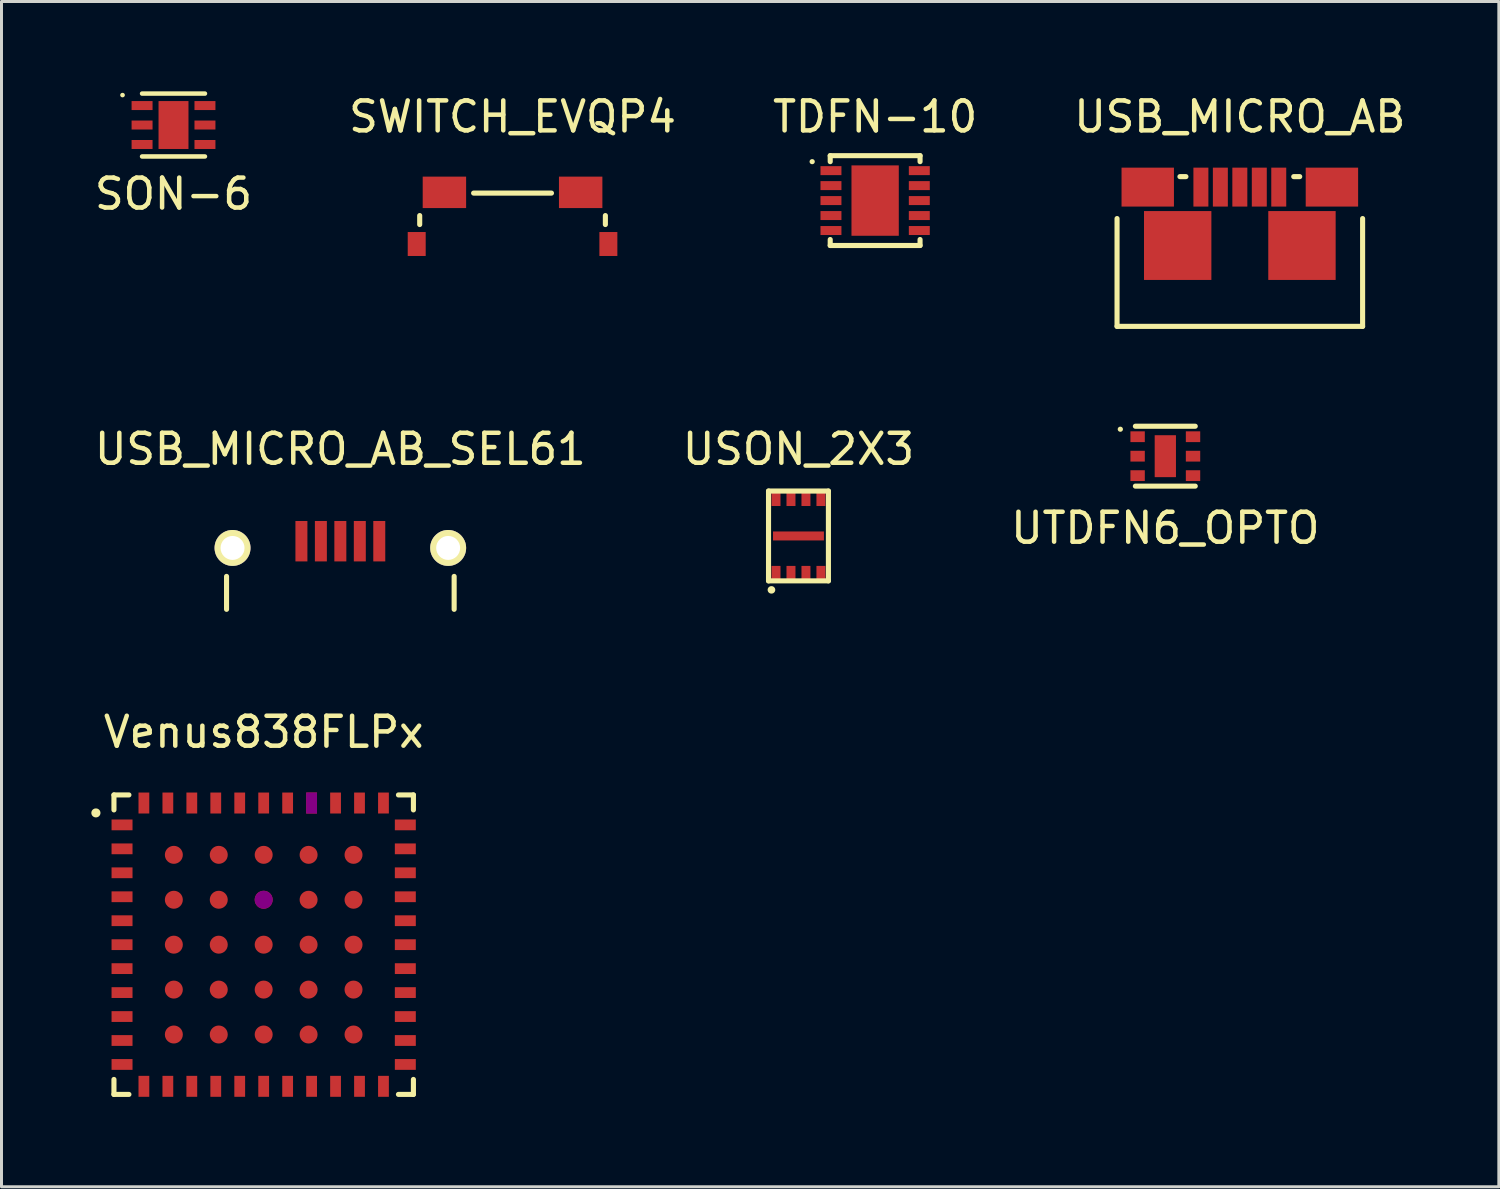
<source format=kicad_pcb>
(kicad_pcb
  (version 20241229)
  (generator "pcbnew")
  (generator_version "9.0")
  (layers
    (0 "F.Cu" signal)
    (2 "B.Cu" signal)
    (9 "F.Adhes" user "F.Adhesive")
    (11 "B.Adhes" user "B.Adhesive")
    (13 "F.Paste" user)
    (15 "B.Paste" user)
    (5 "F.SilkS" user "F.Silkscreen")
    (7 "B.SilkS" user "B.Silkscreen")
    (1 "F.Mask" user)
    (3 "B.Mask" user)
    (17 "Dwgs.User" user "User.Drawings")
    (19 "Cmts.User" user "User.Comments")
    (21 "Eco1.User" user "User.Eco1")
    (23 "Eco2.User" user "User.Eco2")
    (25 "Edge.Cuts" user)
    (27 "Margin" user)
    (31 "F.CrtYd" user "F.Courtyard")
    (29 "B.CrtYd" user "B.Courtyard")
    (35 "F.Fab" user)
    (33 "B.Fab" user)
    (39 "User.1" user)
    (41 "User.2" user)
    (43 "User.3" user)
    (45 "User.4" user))
  (footprint "USB_MICRO_AB_SEL61"
    (layer "F.Cu")
    (at 8.315 17.297)
    (property "Reference" "USB_MICRO_AB_SEL61" (at 0 -5.35 0) (layer "F.SilkS") (effects (font (size 1 1) (thickness 0.15))))
    (attr through_hole)
    (fp_line (start -3.8 -1.1) (end -3.8 0) (stroke (width 0.17) (type solid)) (layer "F.SilkS"))
    (fp_line (start 3.8 -1.1) (end 3.8 0) (stroke (width 0.17) (type solid)) (layer "F.SilkS"))
    (fp_line (start -5 0) (end 5 0) (stroke (width 0.17) (type solid)) (layer "Eco1.User"))
    (pad "1" smd rect (at -1.3 -2.275) (size 0.4 1.35) (layers "F.Cu" "F.Mask" "F.Paste"))
    (pad "2" smd rect (at -0.65 -2.275) (size 0.4 1.35) (layers "F.Cu" "F.Mask" "F.Paste"))
    (pad "3" smd rect (at 0 -2.275) (size 0.4 1.35) (layers "F.Cu" "F.Mask" "F.Paste"))
    (pad "4" smd rect (at 0.65 -2.275) (size 0.4 1.35) (layers "F.Cu" "F.Mask" "F.Paste"))
    (pad "5" smd rect (at 1.3 -2.275) (size 0.4 1.35) (layers "F.Cu" "F.Mask" "F.Paste"))
    (pad "6" thru_hole circle (at -3.6 -2.05) (size 1.2 1.2) (drill 0.8) (layers "*.Cu" "*.Mask" "F.SilkS"))
    (pad "7" thru_hole circle (at 3.6 -2.05) (size 1.2 1.2) (drill 0.8) (layers "*.Cu" "*.Mask" "F.SilkS")))
  (footprint "USON_2X3"
    (layer "F.Cu")
    (at 23.613 14.847)
    (property "Reference" "USON_2X3" (at 0 -2.9 0) (layer "F.SilkS") (effects (font (size 1 1) (thickness 0.15))))
    (attr through_hole)
    (fp_line (start -1 -1.5) (end -1 1.5) (stroke (width 0.17) (type solid)) (layer "F.SilkS"))
    (fp_line (start -1 1.5) (end 1 1.5) (stroke (width 0.17) (type solid)) (layer "F.SilkS"))
    (fp_line (start -0.905 1.8) (end -0.9 1.8) (stroke (width 0.25) (type solid)) (layer "F.SilkS"))
    (fp_line (start 1 -1.5) (end -1 -1.5) (stroke (width 0.17) (type solid)) (layer "F.SilkS"))
    (fp_line (start 1 1.5) (end 1 -1.5) (stroke (width 0.17) (type solid)) (layer "F.SilkS"))
    (pad "" smd rect (at 0 0) (size 1.7 0.3) (layers "F.Cu" "F.Mask" "F.Paste"))
    (pad "1" smd rect (at -0.75 1.225) (size 0.3 0.45) (layers "F.Cu" "F.Mask" "F.Paste"))
    (pad "2" smd rect (at -0.25 1.225) (size 0.3 0.45) (layers "F.Cu" "F.Mask" "F.Paste"))
    (pad "3" smd rect (at 0.25 1.225) (size 0.3 0.45) (layers "F.Cu" "F.Mask" "F.Paste"))
    (pad "4" smd rect (at 0.75 1.225) (size 0.3 0.45) (layers "F.Cu" "F.Mask" "F.Paste"))
    (pad "5" smd rect (at 0.75 -1.225) (size 0.3 0.45) (layers "F.Cu" "F.Mask" "F.Paste"))
    (pad "6" smd rect (at 0.25 -1.225) (size 0.3 0.45) (layers "F.Cu" "F.Mask" "F.Paste"))
    (pad "7" smd rect (at -0.25 -1.225) (size 0.3 0.45) (layers "F.Cu" "F.Mask" "F.Paste"))
    (pad "8" smd rect (at -0.75 -1.225) (size 0.3 0.45) (layers "F.Cu" "F.Mask" "F.Paste")))
  (footprint "SWITCH_EVQP4"
    (layer "F.Cu")
    (at 14.065 5.948)
    (property "Reference" "SWITCH_EVQP4" (at 0 -5.1 0) (layer "F.SilkS") (effects (font (size 1 1) (thickness 0.15))))
    (attr through_hole)
    (fp_line (start -3.1 -1.5) (end -3.1 -1.8) (stroke (width 0.17) (type solid)) (layer "F.SilkS"))
    (fp_line (start -1.3 -2.55) (end 1.3 -2.55) (stroke (width 0.17) (type solid)) (layer "F.SilkS"))
    (fp_line (start 3.1 -1.8) (end 3.1 -1.5) (stroke (width 0.17) (type solid)) (layer "F.SilkS"))
    (fp_line (start -5 0) (end -2.55 0) (stroke (width 0.15) (type solid)) (layer "Eco1.User"))
    (fp_line (start -2.55 -1.15) (end -2.55 0) (stroke (width 0.15) (type solid)) (layer "Eco1.User"))
    (fp_line (start -2.05 -1.65) (end 2.05 -1.65) (stroke (width 0.15) (type solid)) (layer "Eco1.User"))
    (fp_line (start 2.55 -1.15) (end 2.55 0) (stroke (width 0.15) (type solid)) (layer "Eco1.User"))
    (fp_line (start 2.55 0) (end 5 0) (stroke (width 0.15) (type solid)) (layer "Eco1.User"))
    (fp_arc (start -2.55 -1.15) (mid -2.403553 -1.503553) (end -2.05 -1.65) (stroke (width 0.15) (type solid)) (layer "Eco1.User"))
    (fp_arc (start 2.05 -1.65) (mid 2.403553 -1.503553) (end 2.55 -1.15) (stroke (width 0.15) (type solid)) (layer "Eco1.User"))
    (fp_line (start -2.4 0) (end 2.4 0) (stroke (width 0.15) (type solid)) (layer "Eco2.User"))
    (fp_line (start -0.9 0) (end -0.9 0.85) (stroke (width 0.15) (type solid)) (layer "Eco2.User"))
    (fp_line (start -0.9 0.85) (end 0.9 0.85) (stroke (width 0.15) (type solid)) (layer "Eco2.User"))
    (fp_line (start 0.9 0.85) (end 0.9 0) (stroke (width 0.15) (type solid)) (layer "Eco2.User"))
    (pad "" smd rect (at -3.2 -0.85) (size 0.6 0.8) (layers "F.Cu" "F.Mask" "F.Paste"))
    (pad "" smd rect (at 3.2 -0.85) (size 0.6 0.8) (layers "F.Cu" "F.Mask" "F.Paste"))
    (pad "1" smd rect (at -2.275 -2.575) (size 1.45 1.05) (layers "F.Cu" "F.Mask" "F.Paste"))
    (pad "2" smd rect (at 2.275 -2.575) (size 1.45 1.05) (layers "F.Cu" "F.Mask" "F.Paste")))
  (footprint "SON-6"
    (layer "F.Cu")
    (at 2.744 1.125)
    (property "Reference" "SON-6" (at 0 2.3 0) (layer "F.SilkS") (effects (font (size 1 1) (thickness 0.15))))
    (attr through_hole)
    (fp_line (start -1.705 -1) (end -1.7 -1) (stroke (width 0.15) (type solid)) (layer "F.SilkS"))
    (fp_line (start -1.05 -1.05) (end 1.05 -1.05) (stroke (width 0.15) (type solid)) (layer "F.SilkS"))
    (fp_line (start -1.05 1.05) (end 1.05 1.05) (stroke (width 0.15) (type solid)) (layer "F.SilkS"))
    (pad "1" smd rect (at -1.05 -0.65) (size 0.7 0.3) (layers "F.Cu" "F.Mask" "F.Paste"))
    (pad "2" smd rect (at -1.05 0) (size 0.7 0.3) (layers "F.Cu" "F.Mask" "F.Paste"))
    (pad "3" smd rect (at -1.05 0.65) (size 0.7 0.3) (layers "F.Cu" "F.Mask" "F.Paste"))
    (pad "4" smd rect (at 1.05 0.65) (size 0.7 0.3) (layers "F.Cu" "F.Mask" "F.Paste"))
    (pad "5" smd rect (at 1.05 0) (size 0.7 0.3) (layers "F.Cu" "F.Mask" "F.Paste"))
    (pad "6" smd rect (at 1.05 -0.65) (size 0.7 0.3) (layers "F.Cu" "F.Mask" "F.Paste"))
    (pad "7" smd rect (at 0 0) (size 1 1.6) (layers "F.Cu" "F.Mask" "F.Paste")))
  (footprint "USB_MICRO_AB"
    (layer "F.Cu")
    (at 38.351 7.848)
    (property "Reference" "USB_MICRO_AB" (at 0 -7 0) (layer "F.SilkS") (effects (font (size 1 1) (thickness 0.15))))
    (attr through_hole)
    (fp_line (start -4.1 0) (end -4.1 -3.6) (stroke (width 0.17) (type solid)) (layer "F.SilkS"))
    (fp_line (start -4.1 0) (end 4.1 0) (stroke (width 0.17) (type solid)) (layer "F.SilkS"))
    (fp_line (start -2 -5) (end -1.8 -5) (stroke (width 0.17) (type solid)) (layer "F.SilkS"))
    (fp_line (start 1.8 -5) (end 2 -5) (stroke (width 0.17) (type solid)) (layer "F.SilkS"))
    (fp_line (start 4.1 0) (end 4.1 -3.6) (stroke (width 0.17) (type solid)) (layer "F.SilkS"))
    (pad "1" smd rect (at -1.3 -4.65) (size 0.5 1.3) (layers "F.Cu" "F.Mask" "F.Paste"))
    (pad "2" smd rect (at -0.65 -4.65) (size 0.5 1.3) (layers "F.Cu" "F.Mask" "F.Paste"))
    (pad "3" smd rect (at 0 -4.65) (size 0.5 1.3) (layers "F.Cu" "F.Mask" "F.Paste"))
    (pad "4" smd rect (at 0.65 -4.65) (size 0.5 1.3) (layers "F.Cu" "F.Mask" "F.Paste"))
    (pad "5" smd rect (at 1.3 -4.65) (size 0.5 1.3) (layers "F.Cu" "F.Mask" "F.Paste"))
    (pad "6" smd rect (at -3.075 -4.65) (size 1.75 1.3) (layers "F.Cu" "F.Mask" "F.Paste"))
    (pad "7" smd rect (at 3.075 -4.65) (size 1.75 1.3) (layers "F.Cu" "F.Mask" "F.Paste"))
    (pad "8" smd rect (at -2.075 -2.7) (size 2.25 2.3) (layers "F.Cu" "F.Mask" "F.Paste"))
    (pad "9" smd rect (at 2.075 -2.7) (size 2.25 2.3) (layers "F.Cu" "F.Mask" "F.Paste")))
  (footprint "UTDFN6_OPTO"
    (layer "F.Cu")
    (at 35.863 12.183)
    (property "Reference" "UTDFN6_OPTO" (at 0 2.4 0) (layer "F.SilkS") (effects (font (size 1 1) (thickness 0.15))))
    (attr through_hole)
    (fp_line (start -1.505 -0.9) (end -1.5 -0.9) (stroke (width 0.17) (type solid)) (layer "F.SilkS"))
    (fp_line (start -1 -1) (end 1 -1) (stroke (width 0.17) (type solid)) (layer "F.SilkS"))
    (fp_line (start -1 1) (end 1 1) (stroke (width 0.17) (type solid)) (layer "F.SilkS"))
    (pad "0" smd rect (at 0 0) (size 0.71 1.4) (layers "F.Cu" "F.Mask" "F.Paste"))
    (pad "1" smd rect (at -0.925 -0.65) (size 0.48 0.36) (layers "F.Cu" "F.Mask" "F.Paste"))
    (pad "2" smd rect (at -0.925 0) (size 0.48 0.36) (layers "F.Cu" "F.Mask" "F.Paste"))
    (pad "3" smd rect (at -0.925 0.65) (size 0.48 0.36) (layers "F.Cu" "F.Mask" "F.Paste"))
    (pad "4" smd rect (at 0.925 0.65) (size 0.48 0.36) (layers "F.Cu" "F.Mask" "F.Paste"))
    (pad "5" smd rect (at 0.925 0) (size 0.48 0.36) (layers "F.Cu" "F.Mask" "F.Paste"))
    (pad "6" smd rect (at 0.925 -0.65) (size 0.48 0.36) (layers "F.Cu" "F.Mask" "F.Paste")))
  (footprint "Venus838FLPx"
    (layer "F.Cu")
    (at 5.755 28.495)
    (property "Reference" "Venus838FLPx" (at 0 -7.1 0) (layer "F.SilkS") (effects (font (size 1 1) (thickness 0.15))))
    (attr through_hole)
    (fp_line (start -5.6 -4.4) (end -5.605 -4.4) (stroke (width 0.3) (type solid)) (layer "F.SilkS"))
    (fp_line (start -5 -5) (end -5 -4.5) (stroke (width 0.17) (type solid)) (layer "F.SilkS"))
    (fp_line (start -5 -5) (end -4.5 -5) (stroke (width 0.17) (type solid)) (layer "F.SilkS"))
    (fp_line (start -5 4.5) (end -5 5) (stroke (width 0.17) (type solid)) (layer "F.SilkS"))
    (fp_line (start -5 5) (end -4.5 5) (stroke (width 0.17) (type solid)) (layer "F.SilkS"))
    (fp_line (start 4.5 5) (end 5 5) (stroke (width 0.17) (type solid)) (layer "F.SilkS"))
    (fp_line (start 5 -5) (end 4.5 -5) (stroke (width 0.17) (type solid)) (layer "F.SilkS"))
    (fp_line (start 5 -5) (end 5 -4.5) (stroke (width 0.17) (type solid)) (layer "F.SilkS"))
    (fp_line (start 5 5) (end 5 4.5) (stroke (width 0.17) (type solid)) (layer "F.SilkS"))
    (pad "1" smd rect (at -4.73 -4) (size 0.7 0.36) (layers "F.Cu" "F.Mask" "F.Paste"))
    (pad "2" smd rect (at -4.73 -3.2) (size 0.7 0.36) (layers "F.Cu" "F.Mask" "F.Paste"))
    (pad "3" smd rect (at -4.73 -2.4) (size 0.7 0.36) (layers "F.Cu" "F.Mask" "F.Paste"))
    (pad "4" smd rect (at -4.73 -1.6) (size 0.7 0.36) (layers "F.Cu" "F.Mask" "F.Paste"))
    (pad "5" smd rect (at -4.73 -0.8) (size 0.7 0.36) (layers "F.Cu" "F.Mask" "F.Paste"))
    (pad "6" smd rect (at -4.73 0) (size 0.7 0.36) (layers "F.Cu" "F.Mask" "F.Paste"))
    (pad "7" smd rect (at -4.73 0.8) (size 0.7 0.36) (layers "F.Cu" "F.Mask" "F.Paste"))
    (pad "8" smd rect (at -4.73 1.6) (size 0.7 0.36) (layers "F.Cu" "F.Mask" "F.Paste"))
    (pad "9" smd rect (at -4.73 2.4) (size 0.7 0.36) (layers "F.Cu" "F.Mask" "F.Paste"))
    (pad "10" smd rect (at -4.73 3.2) (size 0.7 0.36) (layers "F.Cu" "F.Mask" "F.Paste"))
    (pad "11" smd rect (at -4.73 4) (size 0.7 0.36) (layers "F.Cu" "F.Mask" "F.Paste"))
    (pad "12" smd rect (at -4 4.73) (size 0.36 0.7) (layers "F.Cu" "F.Mask" "F.Paste"))
    (pad "13" smd rect (at -3.2 4.73) (size 0.36 0.7) (layers "F.Cu" "F.Mask" "F.Paste"))
    (pad "14" smd rect (at -2.4 4.73) (size 0.36 0.7) (layers "F.Cu" "F.Mask" "F.Paste"))
    (pad "15" smd rect (at -1.6 4.73) (size 0.36 0.7) (layers "F.Cu" "F.Mask" "F.Paste"))
    (pad "16" smd rect (at -0.8 4.73) (size 0.36 0.7) (layers "F.Cu" "F.Mask" "F.Paste"))
    (pad "17" smd rect (at 0 4.73) (size 0.36 0.7) (layers "F.Cu" "F.Mask" "F.Paste"))
    (pad "18" smd rect (at 0.8 4.73) (size 0.36 0.7) (layers "F.Cu" "F.Mask" "F.Paste"))
    (pad "19" smd rect (at 1.6 4.73) (size 0.36 0.7) (layers "F.Cu" "F.Mask" "F.Paste"))
    (pad "20" smd rect (at 2.4 4.73) (size 0.36 0.7) (layers "F.Cu" "F.Mask" "F.Paste"))
    (pad "21" smd rect (at 3.2 4.73) (size 0.36 0.7) (layers "F.Cu" "F.Mask" "F.Paste"))
    (pad "22" smd rect (at 4 4.73) (size 0.36 0.7) (layers "F.Cu" "F.Mask" "F.Paste"))
    (pad "23" smd rect (at 4.73 4) (size 0.7 0.36) (layers "F.Cu" "F.Mask" "F.Paste"))
    (pad "24" smd rect (at 4.73 3.2) (size 0.7 0.36) (layers "F.Cu" "F.Mask" "F.Paste"))
    (pad "25" smd rect (at 4.73 2.4) (size 0.7 0.36) (layers "F.Cu" "F.Mask" "F.Paste"))
    (pad "26" smd rect (at 4.73 1.6) (size 0.7 0.36) (layers "F.Cu" "F.Mask" "F.Paste"))
    (pad "27" smd rect (at 4.73 0.8) (size 0.7 0.36) (layers "F.Cu" "F.Mask" "F.Paste"))
    (pad "28" smd rect (at 4.73 0) (size 0.7 0.36) (layers "F.Cu" "F.Mask" "F.Paste"))
    (pad "29" smd rect (at 4.73 -0.8) (size 0.7 0.36) (layers "F.Cu" "F.Mask" "F.Paste"))
    (pad "30" smd rect (at 4.73 -1.6) (size 0.7 0.36) (layers "F.Cu" "F.Mask" "F.Paste"))
    (pad "31" smd rect (at 4.73 -2.4) (size 0.7 0.36) (layers "F.Cu" "F.Mask" "F.Paste"))
    (pad "32" smd rect (at 4.73 -3.2) (size 0.7 0.36) (layers "F.Cu" "F.Mask" "F.Paste"))
    (pad "33" smd rect (at 4.73 -4) (size 0.7 0.36) (layers "F.Cu" "F.Mask" "F.Paste"))
    (pad "34" smd rect (at 4 -4.73) (size 0.36 0.7) (layers "F.Cu" "F.Mask" "F.Paste"))
    (pad "35" smd rect (at 3.2 -4.73) (size 0.36 0.7) (layers "F.Cu" "F.Mask" "F.Paste"))
    (pad "36" smd rect (at 2.4 -4.73) (size 0.36 0.7) (layers "F.Cu" "F.Mask" "F.Paste"))
    (pad "37" smd rect (at 1.6 -4.73) (size 0.36 0.7) (layers "F.Cu" "F.Mask" "F.Adhes" "F.Paste"))
    (pad "38" smd rect (at 0.8 -4.73) (size 0.36 0.7) (layers "F.Cu" "F.Mask" "F.Paste"))
    (pad "39" smd rect (at 0 -4.73) (size 0.36 0.7) (layers "F.Cu" "F.Mask" "F.Paste"))
    (pad "40" smd rect (at -0.8 -4.73) (size 0.36 0.7) (layers "F.Cu" "F.Mask" "B.Adhes" "F.Paste"))
    (pad "41" smd rect (at -1.6 -4.73) (size 0.36 0.7) (layers "F.Cu" "F.Mask" "F.Paste"))
    (pad "42" smd rect (at -2.4 -4.73) (size 0.36 0.7) (layers "F.Cu" "F.Mask" "F.Paste"))
    (pad "43" smd rect (at -3.2 -4.73) (size 0.36 0.7) (layers "F.Cu" "F.Mask" "F.Paste"))
    (pad "44" smd rect (at -4 -4.73) (size 0.36 0.7) (layers "F.Cu" "F.Mask" "F.Paste"))
    (pad "45" smd circle (at -3 -3) (size 0.6 0.6) (layers "F.Cu" "F.Mask" "F.Paste"))
    (pad "46" smd circle (at -3 -1.5) (size 0.6 0.6) (layers "F.Cu" "F.Mask" "F.Paste"))
    (pad "47" smd circle (at -3 0) (size 0.6 0.6) (layers "F.Cu" "F.Mask" "F.Paste"))
    (pad "48" smd circle (at -3 1.5) (size 0.6 0.6) (layers "F.Cu" "F.Mask" "F.Paste"))
    (pad "49" smd circle (at -3 3) (size 0.6 0.6) (layers "F.Cu" "F.Mask" "F.Paste"))
    (pad "50" smd circle (at -1.5 -3) (size 0.6 0.6) (layers "F.Cu" "F.Mask" "F.Paste"))
    (pad "51" smd circle (at -1.5 -1.5) (size 0.6 0.6) (layers "F.Cu" "F.Mask" "F.Paste"))
    (pad "52" smd circle (at -1.5 0) (size 0.6 0.6) (layers "F.Cu" "F.Mask" "F.Paste"))
    (pad "53" smd circle (at -1.5 1.5) (size 0.6 0.6) (layers "F.Cu" "F.Mask" "F.Paste"))
    (pad "54" smd circle (at -1.5 3) (size 0.6 0.6) (layers "F.Cu" "F.Mask" "F.Paste"))
    (pad "55" smd circle (at 0 -3) (size 0.6 0.6) (layers "F.Cu" "F.Mask" "F.Paste"))
    (pad "56" smd circle (at 0 -1.5) (size 0.6 0.6) (layers "F.Cu" "F.Mask" "F.Adhes" "F.Paste"))
    (pad "57" smd circle (at 0 0) (size 0.6 0.6) (layers "F.Cu" "F.Mask" "F.Paste"))
    (pad "58" smd circle (at 0 1.5) (size 0.6 0.6) (layers "F.Cu" "F.Mask" "F.Paste"))
    (pad "59" smd circle (at 0 3) (size 0.6 0.6) (layers "F.Cu" "F.Mask" "F.Paste"))
    (pad "60" smd circle (at 1.5 -3) (size 0.6 0.6) (layers "F.Cu" "F.Mask" "F.Paste"))
    (pad "61" smd circle (at 1.5 -1.5) (size 0.6 0.6) (layers "F.Cu" "F.Mask" "F.Paste"))
    (pad "62" smd circle (at 1.5 0) (size 0.6 0.6) (layers "F.Cu" "F.Mask" "F.Paste"))
    (pad "63" smd circle (at 1.5 1.5) (size 0.6 0.6) (layers "F.Cu" "F.Mask" "F.Paste"))
    (pad "64" smd circle (at 1.5 3) (size 0.6 0.6) (layers "F.Cu" "F.Mask" "F.Paste"))
    (pad "65" smd circle (at 3 -3) (size 0.6 0.6) (layers "F.Cu" "F.Mask" "F.Paste"))
    (pad "66" smd circle (at 3 -1.5) (size 0.6 0.6) (layers "F.Cu" "F.Mask" "F.Paste"))
    (pad "67" smd circle (at 3 0) (size 0.6 0.6) (layers "F.Cu" "F.Mask" "F.Paste"))
    (pad "68" smd circle (at 3 1.5) (size 0.6 0.6) (layers "F.Cu" "F.Mask" "F.Paste"))
    (pad "69" smd circle (at 3 3) (size 0.6 0.6) (layers "F.Cu" "F.Mask" "F.Paste")))
  (footprint "TDFN-10"
    (layer "F.Cu")
    (at 26.173 3.648)
    (property "Reference" "TDFN-10" (at 0 -2.8 0) (layer "F.SilkS") (effects (font (size 1 1) (thickness 0.15))))
    (attr through_hole)
    (fp_line (start -2.105 -1.3) (end -2.1 -1.3) (stroke (width 0.17) (type solid)) (layer "F.SilkS"))
    (fp_line (start -1.5 -1.5) (end -1.5 -1.3) (stroke (width 0.17) (type solid)) (layer "F.SilkS"))
    (fp_line (start -1.5 -1.5) (end 1.5 -1.5) (stroke (width 0.17) (type solid)) (layer "F.SilkS"))
    (fp_line (start -1.5 1.5) (end -1.5 1.3) (stroke (width 0.17) (type solid)) (layer "F.SilkS"))
    (fp_line (start -1.5 1.5) (end 1.5 1.5) (stroke (width 0.17) (type solid)) (layer "F.SilkS"))
    (fp_line (start 1.5 -1.5) (end 1.5 -1.3) (stroke (width 0.17) (type solid)) (layer "F.SilkS"))
    (fp_line (start 1.5 1.5) (end 1.5 1.3) (stroke (width 0.17) (type solid)) (layer "F.SilkS"))
    (pad "1" smd rect (at -1.475 -1) (size 0.7 0.3) (layers "F.Cu" "F.Mask" "F.Paste"))
    (pad "2" smd rect (at -1.475 -0.5) (size 0.7 0.3) (layers "F.Cu" "F.Mask" "F.Paste"))
    (pad "3" smd rect (at -1.475 0) (size 0.7 0.3) (layers "F.Cu" "F.Mask" "F.Paste"))
    (pad "4" smd rect (at -1.475 0.5) (size 0.7 0.3) (layers "F.Cu" "F.Mask" "F.Paste"))
    (pad "5" smd rect (at -1.475 1) (size 0.7 0.3) (layers "F.Cu" "F.Mask" "F.Paste"))
    (pad "6" smd rect (at 1.475 1) (size 0.7 0.3) (layers "F.Cu" "F.Mask" "F.Paste"))
    (pad "7" smd rect (at 1.475 0.5) (size 0.7 0.3) (layers "F.Cu" "F.Mask" "F.Paste"))
    (pad "8" smd rect (at 1.475 0) (size 0.7 0.3) (layers "F.Cu" "F.Mask" "F.Paste"))
    (pad "9" smd rect (at 1.475 -0.5) (size 0.7 0.3) (layers "F.Cu" "F.Mask" "F.Paste"))
    (pad "10" smd rect (at 1.475 -1) (size 0.7 0.3) (layers "F.Cu" "F.Mask" "F.Paste"))
    (pad "11" smd rect (at 0 0) (size 1.58 2.35) (layers "F.Cu" "F.Mask" "F.Paste")))
  (gr_rect
    (start -3 -3)
    (end 47 36.58)
    (stroke (width 0.1) (type default))
    (fill no)
    (layer "Edge.Cuts")))
</source>
